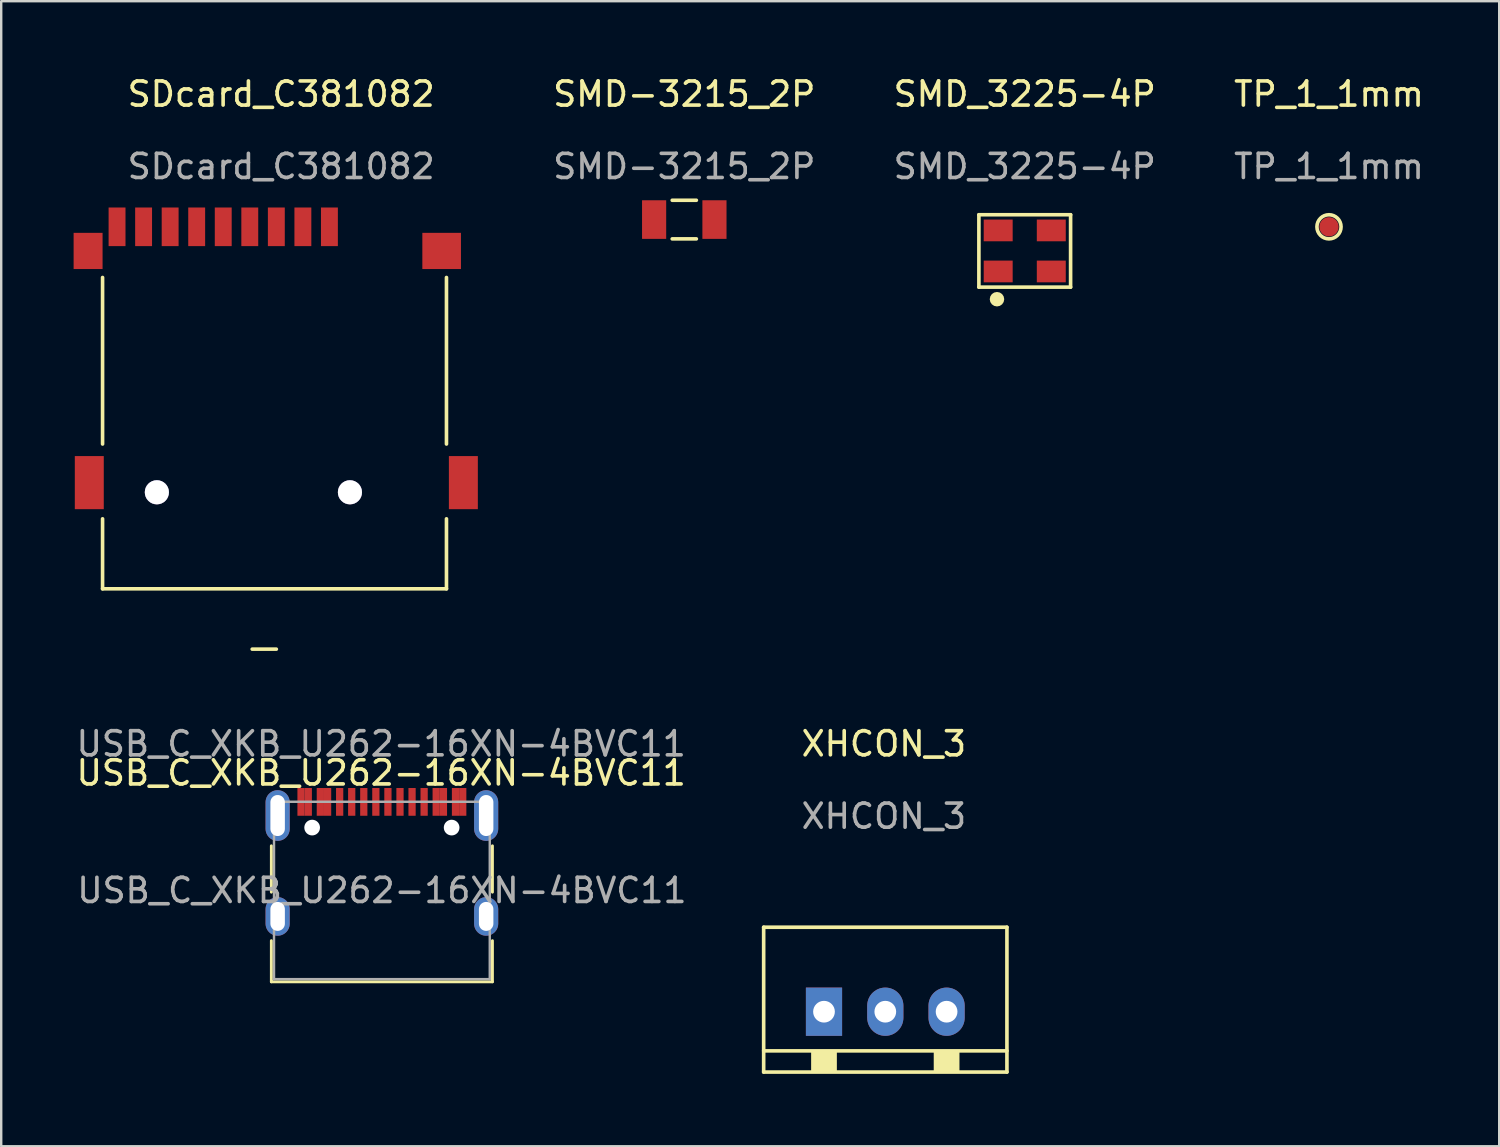
<source format=kicad_pcb>
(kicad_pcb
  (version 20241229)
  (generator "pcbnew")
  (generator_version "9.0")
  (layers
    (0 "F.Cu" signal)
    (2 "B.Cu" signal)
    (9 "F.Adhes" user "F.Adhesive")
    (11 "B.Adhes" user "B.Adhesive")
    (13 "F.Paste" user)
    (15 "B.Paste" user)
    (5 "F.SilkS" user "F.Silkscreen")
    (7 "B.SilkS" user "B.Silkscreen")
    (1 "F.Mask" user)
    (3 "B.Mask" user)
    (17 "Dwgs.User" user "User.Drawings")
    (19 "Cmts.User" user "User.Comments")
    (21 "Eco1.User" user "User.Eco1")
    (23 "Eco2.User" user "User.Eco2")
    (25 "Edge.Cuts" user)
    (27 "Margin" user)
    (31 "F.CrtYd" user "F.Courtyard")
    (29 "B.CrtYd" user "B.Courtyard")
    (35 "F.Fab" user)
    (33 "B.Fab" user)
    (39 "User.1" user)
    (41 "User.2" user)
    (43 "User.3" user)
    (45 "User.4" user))
  (footprint "USB_C_XKB_U262-16XN-4BVC11"
    (layer "F.Cu")
    (at 12.744 30.177)
    (property "Reference" "USB_C_XKB_U262-16XN-4BVC11" (at 0 -1.2 0) (unlocked yes) (layer "F.SilkS") (effects (font (size 1 1) (thickness 0.15))))
    (attr smd)
    (fp_line (start -4.55 1.82) (end -4.55 3.74) (stroke (width 0.12) (type solid)) (layer "F.SilkS"))
    (fp_line (start -4.55 7.455) (end -4.55 5.75) (stroke (width 0.12) (type solid)) (layer "F.SilkS"))
    (fp_line (start 4.61 3.74) (end 4.61 1.82) (stroke (width 0.12) (type solid)) (layer "F.SilkS"))
    (fp_line (start 4.61 5.75) (end 4.61 7.455) (stroke (width 0.12) (type solid)) (layer "F.SilkS"))
    (fp_line (start 4.61 7.455) (end -4.55 7.455) (stroke (width 0.12) (type solid)) (layer "F.SilkS"))
    (fp_line (start -4.44 -0.005) (end -4.44 7.345) (stroke (width 0.1) (type solid)) (layer "F.Fab"))
    (fp_line (start -4.44 -0.005) (end 4.5 -0.005) (stroke (width 0.1) (type solid)) (layer "F.Fab"))
    (fp_line (start -4.44 7.345) (end 4.5 7.345) (stroke (width 0.1) (type solid)) (layer "F.Fab"))
    (fp_line (start 4.5 7.345) (end 4.5 -0.005) (stroke (width 0.1) (type solid)) (layer "F.Fab"))
    (fp_text user "${REFERENCE}" (at 0.03 3.67 0) (layer "F.Fab") (effects (font (size 1 1) (thickness 0.15))))
    (fp_text user "${REFERENCE}" (at 0 -2.405 0) (unlocked yes) (layer "F.Fab") (effects (font (size 1 1) (thickness 0.15))))
    (pad "" np_thru_hole circle (at -2.86 1.065) (size 0.65 0.65) (drill 0.65) (layers "*.Cu" "*.Mask"))
    (pad "" np_thru_hole circle (at 2.92 1.065) (size 0.65 0.65) (drill 0.65) (layers "*.Cu" "*.Mask"))
    (pad "A1" smd rect (at -3.32 0) (size 0.3 1.15) (layers "F.Cu" "F.Mask" "F.Paste"))
    (pad "A4" smd rect (at -2.52 0) (size 0.3 1.15) (layers "F.Cu" "F.Mask" "F.Paste"))
    (pad "A5" smd rect (at -1.22 0) (size 0.3 1.15) (layers "F.Cu" "F.Mask" "F.Paste"))
    (pad "A6" smd rect (at -0.22 0) (size 0.3 1.15) (layers "F.Cu" "F.Mask" "F.Paste"))
    (pad "A7" smd rect (at 0.28 0) (size 0.3 1.15) (layers "F.Cu" "F.Mask" "F.Paste"))
    (pad "A8" smd rect (at 1.28 0) (size 0.3 1.15) (layers "F.Cu" "F.Mask" "F.Paste"))
    (pad "A9" smd rect (at 2.58 0) (size 0.3 1.15) (layers "F.Cu" "F.Mask" "F.Paste"))
    (pad "A12" smd rect (at 3.38 0) (size 0.3 1.15) (layers "F.Cu" "F.Mask" "F.Paste"))
    (pad "B1" smd rect (at 3.08 0) (size 0.3 1.15) (layers "F.Cu" "F.Mask" "F.Paste"))
    (pad "B4" smd rect (at 2.28 0) (size 0.3 1.15) (layers "F.Cu" "F.Mask" "F.Paste"))
    (pad "B5" smd rect (at 1.78 0) (size 0.3 1.15) (layers "F.Cu" "F.Mask" "F.Paste"))
    (pad "B6" smd rect (at 0.78 0) (size 0.3 1.15) (layers "F.Cu" "F.Mask" "F.Paste"))
    (pad "B7" smd rect (at -0.72 0) (size 0.3 1.15) (layers "F.Cu" "F.Mask" "F.Paste"))
    (pad "B8" smd rect (at -1.72 0) (size 0.3 1.15) (layers "F.Cu" "F.Mask" "F.Paste"))
    (pad "B9" smd rect (at -2.22 0) (size 0.3 1.15) (layers "F.Cu" "F.Mask" "F.Paste"))
    (pad "B12" smd rect (at -3.02 0) (size 0.3 1.15) (layers "F.Cu" "F.Mask" "F.Paste"))
    (pad "S1" thru_hole oval (at -4.29 0.565) (size 1 2.1) (drill oval 0.6 1.7) (layers "*.Cu" "*.Mask"))
    (pad "S1" thru_hole oval (at -4.29 4.745) (size 1 1.6) (drill oval 0.6 1.2) (layers "*.Cu" "*.Mask"))
    (pad "S1" thru_hole oval (at 4.35 0.565) (size 1 2.1) (drill oval 0.6 1.7) (layers "*.Cu" "*.Mask"))
    (pad "S1" thru_hole oval (at 4.35 4.745) (size 1 1.6) (drill oval 0.6 1.2) (layers "*.Cu" "*.Mask")))
  (footprint "SMD_3225-4P"
    (layer "F.Cu")
    (at 39.411 1.348)
    (property "Reference" "SMD_3225-4P" (at 0 -0.5 0) (unlocked yes) (layer "F.SilkS") (effects (font (size 1 1) (thickness 0.15))))
    (attr smd)
    (fp_line (start -1.9 4.5) (end 1.9 4.5) (stroke (width 0.15) (type solid)) (layer "F.SilkS"))
    (fp_line (start -1.9 7.5) (end -1.9 4.5) (stroke (width 0.15) (type solid)) (layer "F.SilkS"))
    (fp_line (start -1.9 7.5) (end 1.9 7.5) (stroke (width 0.15) (type solid)) (layer "F.SilkS"))
    (fp_line (start 1.9 7.5) (end 1.9 4.5) (stroke (width 0.15) (type solid)) (layer "F.SilkS"))
    (fp_circle (center -1.15 8) (end -1.15 7.85) (stroke (width 0.3) (type solid)) (fill no) (layer "F.SilkS"))
    (fp_text user "${REFERENCE}" (at 0 2.5 0) (unlocked yes) (layer "F.Fab") (effects (font (size 1 1) (thickness 0.15))))
    (pad "1" smd rect (at -1.1 6.85) (size 1.2 0.9) (layers "F.Cu" "F.Mask" "F.Paste"))
    (pad "2" smd rect (at 1.1 6.85) (size 1.2 0.9) (layers "F.Cu" "F.Mask" "F.Paste"))
    (pad "3" smd rect (at 1.1 5.15) (size 1.2 0.9) (layers "F.Cu" "F.Mask" "F.Paste"))
    (pad "4" smd rect (at -1.1 5.15) (size 1.2 0.9) (layers "F.Cu" "F.Mask" "F.Paste")))
  (footprint "TP_1_1mm"
    (layer "F.Cu")
    (at 52.018 1.348)
    (property "Reference" "TP_1_1mm" (at 0 -0.5 0) (unlocked yes) (layer "F.SilkS") (effects (font (size 1 1) (thickness 0.15))))
    (attr smd)
    (fp_circle (center 0 5) (end 0.5 5) (stroke (width 0.15) (type solid)) (fill no) (layer "F.SilkS"))
    (fp_text user "${REFERENCE}" (at 0 2.5 0) (unlocked yes) (layer "F.Fab") (effects (font (size 1 1) (thickness 0.15))))
    (pad "1" smd circle (at 0 5) (size 0.8 0.8) (layers "F.Cu" "F.Mask" "F.Paste")))
  (footprint "SDcard_C381082"
    (layer "F.Cu")
    (at 8.6 1.348)
    (property "Reference" "SDcard_C381082" (at 0 -0.5 0) (unlocked yes) (layer "F.SilkS") (effects (font (size 1 1) (thickness 0.15))))
    (attr smd)
    (fp_line (start -7.4 14) (end -7.4 7.1) (stroke (width 0.15) (type solid)) (layer "F.SilkS"))
    (fp_line (start -7.4 20) (end -7.4 17.1) (stroke (width 0.15) (type solid)) (layer "F.SilkS"))
    (fp_line (start -7.4 20) (end 6.85 20) (stroke (width 0.15) (type solid)) (layer "F.SilkS"))
    (fp_line (start -1.2 22.5) (end -0.2 22.5) (stroke (width 0.15) (type solid)) (layer "F.SilkS"))
    (fp_line (start 6.85 14) (end 6.85 7.1) (stroke (width 0.15) (type solid)) (layer "F.SilkS"))
    (fp_line (start 6.85 20) (end 6.85 17.1) (stroke (width 0.15) (type solid)) (layer "F.SilkS"))
    (fp_text user "${REFERENCE}" (at 0 2.5 0) (unlocked yes) (layer "F.Fab") (effects (font (size 1 1) (thickness 0.15))))
    (pad "1" smd rect (at 2 5 180) (size 0.7 1.6) (layers "F.Cu" "F.Mask" "F.Paste"))
    (pad "2" smd rect (at 0.9 5 180) (size 0.7 1.6) (layers "F.Cu" "F.Mask" "F.Paste"))
    (pad "3" smd rect (at -0.2 5 180) (size 0.7 1.6) (layers "F.Cu" "F.Mask" "F.Paste"))
    (pad "4" smd rect (at -1.3 5 180) (size 0.7 1.6) (layers "F.Cu" "F.Mask" "F.Paste"))
    (pad "5" smd rect (at -2.4 5 180) (size 0.7 1.6) (layers "F.Cu" "F.Mask" "F.Paste"))
    (pad "6" smd rect (at -3.5 5 180) (size 0.7 1.6) (layers "F.Cu" "F.Mask" "F.Paste"))
    (pad "7" smd rect (at -4.6 5 180) (size 0.7 1.6) (layers "F.Cu" "F.Mask" "F.Paste"))
    (pad "8" smd rect (at -5.7 5 180) (size 0.7 1.6) (layers "F.Cu" "F.Mask" "F.Paste"))
    (pad "9" smd rect (at -6.8 5 180) (size 0.7 1.6) (layers "F.Cu" "F.Mask" "F.Paste"))
    (pad "10" smd rect (at -8 6 180) (size 1.2 1.5) (layers "F.Cu" "F.Mask" "F.Paste"))
    (pad "11" smd rect (at 6.65 6 180) (size 1.6 1.5) (layers "F.Cu" "F.Mask" "F.Paste"))
    (pad "12" smd rect (at -7.95 15.6 180) (size 1.2 2.2) (layers "F.Cu" "F.Mask" "F.Paste"))
    (pad "13" smd rect (at 7.55 15.6 180) (size 1.2 2.2) (layers "F.Cu" "F.Mask" "F.Paste"))
    (pad "14" thru_hole circle (at -5.15 16 180) (size 1 1) (drill 1) (layers "*.Cu" "*.Mask"))
    (pad "15" thru_hole circle (at 2.85 16 180) (size 1 1) (drill 1) (layers "*.Cu" "*.Mask")))
  (footprint "XHCON_3"
    (layer "F.Cu")
    (at 33.573 38.871)
    (property "Reference" "XHCON_3" (at 0 -11.1 0) (unlocked yes) (layer "F.SilkS") (effects (font (size 1 1) (thickness 0.15))))
    (attr through_hole)
    (fp_line (start -4.98 -3.5) (end 5.1 -3.5) (stroke (width 0.15) (type solid)) (layer "F.SilkS"))
    (fp_line (start -4.98 1.622) (end 5.1 1.622) (stroke (width 0.15) (type solid)) (layer "F.SilkS"))
    (fp_line (start -4.98 2.5) (end -4.98 -3.5) (stroke (width 0.15) (type solid)) (layer "F.SilkS"))
    (fp_line (start -4.98 2.5) (end 5.1 2.5) (stroke (width 0.15) (type solid)) (layer "F.SilkS"))
    (fp_line (start 5.1 2.5) (end 5.1 -3.5) (stroke (width 0.15) (type solid)) (layer "F.SilkS"))
    (fp_poly (pts (xy -3.013 2.515) (xy -3.013 1.651) (xy -1.947 1.651) (xy -1.947 2.515)) (stroke (width 0) (type solid)) (fill yes) (layer "F.SilkS"))
    (fp_poly (pts (xy 2.067 2.515) (xy 2.067 1.651) (xy 3.133 1.651) (xy 3.133 2.515)) (stroke (width 0) (type solid)) (fill yes) (layer "F.SilkS"))
    (fp_text user "${REFERENCE}" (at 0 -8.1 0) (unlocked yes) (layer "F.Fab") (effects (font (size 1 1) (thickness 0.15))))
    (pad "1" thru_hole rect (at -2.48 0) (size 1.5 2) (drill 0.9) (layers "*.Cu" "*.Mask"))
    (pad "2" thru_hole oval (at 0.06 0) (size 1.5 2) (drill 0.9) (layers "*.Cu" "*.Mask"))
    (pad "3" thru_hole oval (at 2.6 0) (size 1.5 2) (drill 0.9) (layers "*.Cu" "*.Mask")))
  (footprint "SMD-3215_2P"
    (layer "F.Cu")
    (at 25.304 1.348)
    (property "Reference" "SMD-3215_2P" (at 0 -0.5 0) (unlocked yes) (layer "F.SilkS") (effects (font (size 1 1) (thickness 0.15))))
    (attr smd)
    (fp_line (start -0.5 3.9) (end 0.5 3.9) (stroke (width 0.15) (type solid)) (layer "F.SilkS"))
    (fp_line (start -0.5 5.5) (end 0.5 5.5) (stroke (width 0.15) (type solid)) (layer "F.SilkS"))
    (fp_text user "${REFERENCE}" (at 0 2.5 0) (unlocked yes) (layer "F.Fab") (effects (font (size 1 1) (thickness 0.15))))
    (pad "1" smd rect (at -1.25 4.7) (size 1 1.6) (layers "F.Cu" "F.Mask" "F.Paste"))
    (pad "2" smd rect (at 1.25 4.7) (size 1 1.6) (layers "F.Cu" "F.Mask" "F.Paste")))
  (gr_rect
    (start -3 -3)
    (end 59.071 44.447)
    (stroke (width 0.1) (type default))
    (fill no)
    (layer "Edge.Cuts")))
</source>
